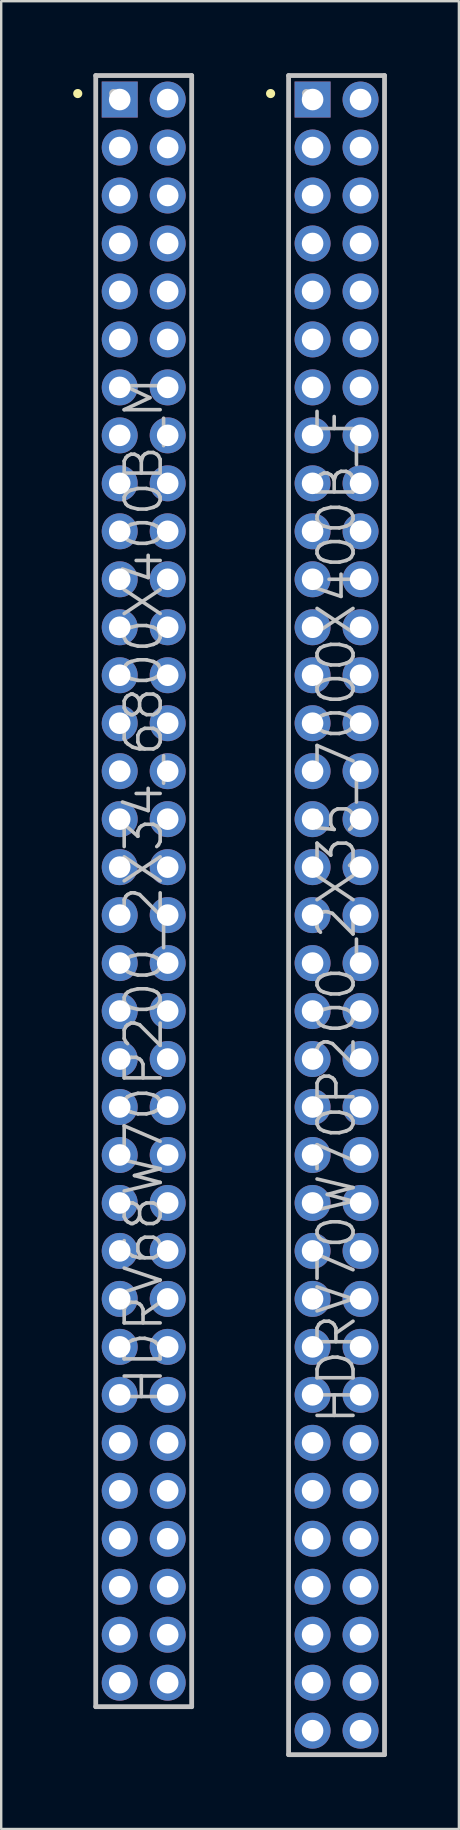
<source format=kicad_pcb>
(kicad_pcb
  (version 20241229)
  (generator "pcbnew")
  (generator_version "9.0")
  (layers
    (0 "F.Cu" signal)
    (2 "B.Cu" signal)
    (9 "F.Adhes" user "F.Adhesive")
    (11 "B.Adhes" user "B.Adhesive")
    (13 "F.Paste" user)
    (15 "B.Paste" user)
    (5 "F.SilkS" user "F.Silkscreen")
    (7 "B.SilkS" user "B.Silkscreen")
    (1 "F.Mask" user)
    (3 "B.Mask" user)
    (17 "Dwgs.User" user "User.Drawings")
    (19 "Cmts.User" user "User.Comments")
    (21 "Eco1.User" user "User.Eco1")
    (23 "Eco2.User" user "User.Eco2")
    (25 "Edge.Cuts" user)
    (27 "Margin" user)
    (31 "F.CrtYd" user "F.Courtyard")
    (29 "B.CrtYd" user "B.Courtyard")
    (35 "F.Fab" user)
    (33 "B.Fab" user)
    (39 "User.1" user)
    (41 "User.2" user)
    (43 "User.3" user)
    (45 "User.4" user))
  (footprint "HDRV68W70P200_2X34_6800X400B_M"
    (layer "F.Cu")
    (at 2.941 34.1)
    (property "Reference" "HDRV68W70P200_2X34_6800X400B_M" (at 0 0 90) (layer "Dwgs.User") (effects (font (size 1.5 1.5) (thickness 0.15))))
    (attr through_hole)
    (fp_line (start -2.75 -33.25) (end -2.75 -33.25) (stroke (width 0.381) (type solid)) (layer "F.SilkS"))
    (fp_line (start -2 -34) (end -2 34) (stroke (width 0.2) (type solid)) (layer "Dwgs.User"))
    (fp_line (start -2 -34) (end 2 -34) (stroke (width 0.2) (type solid)) (layer "Dwgs.User"))
    (fp_line (start -2 34) (end 2 34) (stroke (width 0.2) (type solid)) (layer "Dwgs.User"))
    (fp_line (start -1.25 -33.25) (end -1.25 -33.25) (stroke (width 0.381) (type solid)) (layer "Dwgs.User"))
    (fp_line (start 2 -34) (end 2 34) (stroke (width 0.2) (type solid)) (layer "Dwgs.User"))
    (pad "1" thru_hole rect (at -1 -33) (size 1.5 1.5) (drill 0.9) (layers "*.Cu" "*.Mask"))
    (pad "2" thru_hole circle (at 1 -33 270) (size 1.5 1.5) (drill 0.9) (layers "*.Cu" "*.Mask"))
    (pad "3" thru_hole circle (at -1 -31 270) (size 1.5 1.5) (drill 0.9) (layers "*.Cu" "*.Mask"))
    (pad "4" thru_hole circle (at 1 -31 270) (size 1.5 1.5) (drill 0.9) (layers "*.Cu" "*.Mask"))
    (pad "5" thru_hole circle (at -1 -29 270) (size 1.5 1.5) (drill 0.9) (layers "*.Cu" "*.Mask"))
    (pad "6" thru_hole circle (at 1 -29 270) (size 1.5 1.5) (drill 0.9) (layers "*.Cu" "*.Mask"))
    (pad "7" thru_hole circle (at -1 -27 270) (size 1.5 1.5) (drill 0.9) (layers "*.Cu" "*.Mask"))
    (pad "8" thru_hole circle (at 1 -27 270) (size 1.5 1.5) (drill 0.9) (layers "*.Cu" "*.Mask"))
    (pad "9" thru_hole circle (at -1 -25 270) (size 1.5 1.5) (drill 0.9) (layers "*.Cu" "*.Mask"))
    (pad "10" thru_hole circle (at 1 -25 270) (size 1.5 1.5) (drill 0.9) (layers "*.Cu" "*.Mask"))
    (pad "11" thru_hole circle (at -1 -23 270) (size 1.5 1.5) (drill 0.9) (layers "*.Cu" "*.Mask"))
    (pad "12" thru_hole circle (at 1 -23 270) (size 1.5 1.5) (drill 0.9) (layers "*.Cu" "*.Mask"))
    (pad "13" thru_hole circle (at -1 -21 270) (size 1.5 1.5) (drill 0.9) (layers "*.Cu" "*.Mask"))
    (pad "14" thru_hole circle (at 1 -21 270) (size 1.5 1.5) (drill 0.9) (layers "*.Cu" "*.Mask"))
    (pad "15" thru_hole circle (at -1 -19 270) (size 1.5 1.5) (drill 0.9) (layers "*.Cu" "*.Mask"))
    (pad "16" thru_hole circle (at 1 -19 270) (size 1.5 1.5) (drill 0.9) (layers "*.Cu" "*.Mask"))
    (pad "17" thru_hole circle (at -1 -17 270) (size 1.5 1.5) (drill 0.9) (layers "*.Cu" "*.Mask"))
    (pad "18" thru_hole circle (at 1 -17 270) (size 1.5 1.5) (drill 0.9) (layers "*.Cu" "*.Mask"))
    (pad "19" thru_hole circle (at -1 -15 270) (size 1.5 1.5) (drill 0.9) (layers "*.Cu" "*.Mask"))
    (pad "20" thru_hole circle (at 1 -15 270) (size 1.5 1.5) (drill 0.9) (layers "*.Cu" "*.Mask"))
    (pad "21" thru_hole circle (at -1 -13 270) (size 1.5 1.5) (drill 0.9) (layers "*.Cu" "*.Mask"))
    (pad "22" thru_hole circle (at 1 -13 270) (size 1.5 1.5) (drill 0.9) (layers "*.Cu" "*.Mask"))
    (pad "23" thru_hole circle (at -1 -11 270) (size 1.5 1.5) (drill 0.9) (layers "*.Cu" "*.Mask"))
    (pad "24" thru_hole circle (at 1 -11 270) (size 1.5 1.5) (drill 0.9) (layers "*.Cu" "*.Mask"))
    (pad "25" thru_hole circle (at -1 -9 270) (size 1.5 1.5) (drill 0.9) (layers "*.Cu" "*.Mask"))
    (pad "26" thru_hole circle (at 1 -9 270) (size 1.5 1.5) (drill 0.9) (layers "*.Cu" "*.Mask"))
    (pad "27" thru_hole circle (at -1 -7 270) (size 1.5 1.5) (drill 0.9) (layers "*.Cu" "*.Mask"))
    (pad "28" thru_hole circle (at 1 -7 270) (size 1.5 1.5) (drill 0.9) (layers "*.Cu" "*.Mask"))
    (pad "29" thru_hole circle (at -1 -5 270) (size 1.5 1.5) (drill 0.9) (layers "*.Cu" "*.Mask"))
    (pad "30" thru_hole circle (at 1 -5 270) (size 1.5 1.5) (drill 0.9) (layers "*.Cu" "*.Mask"))
    (pad "31" thru_hole circle (at -1 -3 270) (size 1.5 1.5) (drill 0.9) (layers "*.Cu" "*.Mask"))
    (pad "32" thru_hole circle (at 1 -3 270) (size 1.5 1.5) (drill 0.9) (layers "*.Cu" "*.Mask"))
    (pad "33" thru_hole circle (at -1 -1 270) (size 1.5 1.5) (drill 0.9) (layers "*.Cu" "*.Mask"))
    (pad "34" thru_hole circle (at 1 -1 270) (size 1.5 1.5) (drill 0.9) (layers "*.Cu" "*.Mask"))
    (pad "35" thru_hole circle (at -1 1 270) (size 1.5 1.5) (drill 0.9) (layers "*.Cu" "*.Mask"))
    (pad "36" thru_hole circle (at 1 1 270) (size 1.5 1.5) (drill 0.9) (layers "*.Cu" "*.Mask"))
    (pad "37" thru_hole circle (at -1 3 270) (size 1.5 1.5) (drill 0.9) (layers "*.Cu" "*.Mask"))
    (pad "38" thru_hole circle (at 1 3 270) (size 1.5 1.5) (drill 0.9) (layers "*.Cu" "*.Mask"))
    (pad "39" thru_hole circle (at -1 5 270) (size 1.5 1.5) (drill 0.9) (layers "*.Cu" "*.Mask"))
    (pad "40" thru_hole circle (at 1 5 270) (size 1.5 1.5) (drill 0.9) (layers "*.Cu" "*.Mask"))
    (pad "41" thru_hole circle (at -1 7 270) (size 1.5 1.5) (drill 0.9) (layers "*.Cu" "*.Mask"))
    (pad "42" thru_hole circle (at 1 7 270) (size 1.5 1.5) (drill 0.9) (layers "*.Cu" "*.Mask"))
    (pad "43" thru_hole circle (at -1 9 270) (size 1.5 1.5) (drill 0.9) (layers "*.Cu" "*.Mask"))
    (pad "44" thru_hole circle (at 1 9 270) (size 1.5 1.5) (drill 0.9) (layers "*.Cu" "*.Mask"))
    (pad "45" thru_hole circle (at -1 11 270) (size 1.5 1.5) (drill 0.9) (layers "*.Cu" "*.Mask"))
    (pad "46" thru_hole circle (at 1 11 270) (size 1.5 1.5) (drill 0.9) (layers "*.Cu" "*.Mask"))
    (pad "47" thru_hole circle (at -1 13 270) (size 1.5 1.5) (drill 0.9) (layers "*.Cu" "*.Mask"))
    (pad "48" thru_hole circle (at 1 13 270) (size 1.5 1.5) (drill 0.9) (layers "*.Cu" "*.Mask"))
    (pad "49" thru_hole circle (at -1 15 270) (size 1.5 1.5) (drill 0.9) (layers "*.Cu" "*.Mask"))
    (pad "50" thru_hole circle (at 1 15 270) (size 1.5 1.5) (drill 0.9) (layers "*.Cu" "*.Mask"))
    (pad "51" thru_hole circle (at -1 17 270) (size 1.5 1.5) (drill 0.9) (layers "*.Cu" "*.Mask"))
    (pad "52" thru_hole circle (at 1 17 270) (size 1.5 1.5) (drill 0.9) (layers "*.Cu" "*.Mask"))
    (pad "53" thru_hole circle (at -1 19 270) (size 1.5 1.5) (drill 0.9) (layers "*.Cu" "*.Mask"))
    (pad "54" thru_hole circle (at 1 19 270) (size 1.5 1.5) (drill 0.9) (layers "*.Cu" "*.Mask"))
    (pad "55" thru_hole circle (at -1 21 270) (size 1.5 1.5) (drill 0.9) (layers "*.Cu" "*.Mask"))
    (pad "56" thru_hole circle (at 1 21 270) (size 1.5 1.5) (drill 0.9) (layers "*.Cu" "*.Mask"))
    (pad "57" thru_hole circle (at -1 23 270) (size 1.5 1.5) (drill 0.9) (layers "*.Cu" "*.Mask"))
    (pad "58" thru_hole circle (at 1 23 270) (size 1.5 1.5) (drill 0.9) (layers "*.Cu" "*.Mask"))
    (pad "59" thru_hole circle (at -1 25 270) (size 1.5 1.5) (drill 0.9) (layers "*.Cu" "*.Mask"))
    (pad "60" thru_hole circle (at 1 25 270) (size 1.5 1.5) (drill 0.9) (layers "*.Cu" "*.Mask"))
    (pad "61" thru_hole circle (at -1 27 270) (size 1.5 1.5) (drill 0.9) (layers "*.Cu" "*.Mask"))
    (pad "62" thru_hole circle (at 1 27 270) (size 1.5 1.5) (drill 0.9) (layers "*.Cu" "*.Mask"))
    (pad "63" thru_hole circle (at -1 29 270) (size 1.5 1.5) (drill 0.9) (layers "*.Cu" "*.Mask"))
    (pad "64" thru_hole circle (at 1 29 270) (size 1.5 1.5) (drill 0.9) (layers "*.Cu" "*.Mask"))
    (pad "65" thru_hole circle (at -1 31 270) (size 1.5 1.5) (drill 0.9) (layers "*.Cu" "*.Mask"))
    (pad "66" thru_hole circle (at 1 31 270) (size 1.5 1.5) (drill 0.9) (layers "*.Cu" "*.Mask"))
    (pad "67" thru_hole circle (at -1 33 270) (size 1.5 1.5) (drill 0.9) (layers "*.Cu" "*.Mask"))
    (pad "68" thru_hole circle (at 1 33 270) (size 1.5 1.5) (drill 0.9) (layers "*.Cu" "*.Mask")))
  (footprint "HDRV70W70P200_2X35_7000X400B_F"
    (layer "F.Cu")
    (at 10.981 35.1)
    (property "Reference" "HDRV70W70P200_2X35_7000X400B_F" (at 0 0 90) (layer "Dwgs.User") (effects (font (size 1.5 1.5) (thickness 0.15))))
    (attr through_hole)
    (fp_line (start -2.75 -34.25) (end -2.75 -34.25) (stroke (width 0.381) (type solid)) (layer "F.SilkS"))
    (fp_line (start -2 -35) (end -2 35) (stroke (width 0.2) (type solid)) (layer "Dwgs.User"))
    (fp_line (start -2 -35) (end 2 -35) (stroke (width 0.2) (type solid)) (layer "Dwgs.User"))
    (fp_line (start -2 35) (end 2 35) (stroke (width 0.2) (type solid)) (layer "Dwgs.User"))
    (fp_line (start -1.25 -34.25) (end -1.25 -34.25) (stroke (width 0.381) (type solid)) (layer "Dwgs.User"))
    (fp_line (start 2 -35) (end 2 35) (stroke (width 0.2) (type solid)) (layer "Dwgs.User"))
    (pad "1" thru_hole rect (at -1 -34) (size 1.5 1.5) (drill 0.9) (layers "*.Cu" "*.Mask"))
    (pad "2" thru_hole circle (at 1 -34 270) (size 1.5 1.5) (drill 0.9) (layers "*.Cu" "*.Mask"))
    (pad "3" thru_hole circle (at -1 -32 270) (size 1.5 1.5) (drill 0.9) (layers "*.Cu" "*.Mask"))
    (pad "4" thru_hole circle (at 1 -32 270) (size 1.5 1.5) (drill 0.9) (layers "*.Cu" "*.Mask"))
    (pad "5" thru_hole circle (at -1 -30 270) (size 1.5 1.5) (drill 0.9) (layers "*.Cu" "*.Mask"))
    (pad "6" thru_hole circle (at 1 -30 270) (size 1.5 1.5) (drill 0.9) (layers "*.Cu" "*.Mask"))
    (pad "7" thru_hole circle (at -1 -28 270) (size 1.5 1.5) (drill 0.9) (layers "*.Cu" "*.Mask"))
    (pad "8" thru_hole circle (at 1 -28 270) (size 1.5 1.5) (drill 0.9) (layers "*.Cu" "*.Mask"))
    (pad "9" thru_hole circle (at -1 -26 270) (size 1.5 1.5) (drill 0.9) (layers "*.Cu" "*.Mask"))
    (pad "10" thru_hole circle (at 1 -26 270) (size 1.5 1.5) (drill 0.9) (layers "*.Cu" "*.Mask"))
    (pad "11" thru_hole circle (at -1 -24 270) (size 1.5 1.5) (drill 0.9) (layers "*.Cu" "*.Mask"))
    (pad "12" thru_hole circle (at 1 -24 270) (size 1.5 1.5) (drill 0.9) (layers "*.Cu" "*.Mask"))
    (pad "13" thru_hole circle (at -1 -22 270) (size 1.5 1.5) (drill 0.9) (layers "*.Cu" "*.Mask"))
    (pad "14" thru_hole circle (at 1 -22 270) (size 1.5 1.5) (drill 0.9) (layers "*.Cu" "*.Mask"))
    (pad "15" thru_hole circle (at -1 -20 270) (size 1.5 1.5) (drill 0.9) (layers "*.Cu" "*.Mask"))
    (pad "16" thru_hole circle (at 1 -20 270) (size 1.5 1.5) (drill 0.9) (layers "*.Cu" "*.Mask"))
    (pad "17" thru_hole circle (at -1 -18 270) (size 1.5 1.5) (drill 0.9) (layers "*.Cu" "*.Mask"))
    (pad "18" thru_hole circle (at 1 -18 270) (size 1.5 1.5) (drill 0.9) (layers "*.Cu" "*.Mask"))
    (pad "19" thru_hole circle (at -1 -16 270) (size 1.5 1.5) (drill 0.9) (layers "*.Cu" "*.Mask"))
    (pad "20" thru_hole circle (at 1 -16 270) (size 1.5 1.5) (drill 0.9) (layers "*.Cu" "*.Mask"))
    (pad "21" thru_hole circle (at -1 -14 270) (size 1.5 1.5) (drill 0.9) (layers "*.Cu" "*.Mask"))
    (pad "22" thru_hole circle (at 1 -14 270) (size 1.5 1.5) (drill 0.9) (layers "*.Cu" "*.Mask"))
    (pad "23" thru_hole circle (at -1 -12 270) (size 1.5 1.5) (drill 0.9) (layers "*.Cu" "*.Mask"))
    (pad "24" thru_hole circle (at 1 -12 270) (size 1.5 1.5) (drill 0.9) (layers "*.Cu" "*.Mask"))
    (pad "25" thru_hole circle (at -1 -10 270) (size 1.5 1.5) (drill 0.9) (layers "*.Cu" "*.Mask"))
    (pad "26" thru_hole circle (at 1 -10 270) (size 1.5 1.5) (drill 0.9) (layers "*.Cu" "*.Mask"))
    (pad "27" thru_hole circle (at -1 -8 270) (size 1.5 1.5) (drill 0.9) (layers "*.Cu" "*.Mask"))
    (pad "28" thru_hole circle (at 1 -8 270) (size 1.5 1.5) (drill 0.9) (layers "*.Cu" "*.Mask"))
    (pad "29" thru_hole circle (at -1 -6 270) (size 1.5 1.5) (drill 0.9) (layers "*.Cu" "*.Mask"))
    (pad "30" thru_hole circle (at 1 -6 270) (size 1.5 1.5) (drill 0.9) (layers "*.Cu" "*.Mask"))
    (pad "31" thru_hole circle (at -1 -4 270) (size 1.5 1.5) (drill 0.9) (layers "*.Cu" "*.Mask"))
    (pad "32" thru_hole circle (at 1 -4 270) (size 1.5 1.5) (drill 0.9) (layers "*.Cu" "*.Mask"))
    (pad "33" thru_hole circle (at -1 -2 270) (size 1.5 1.5) (drill 0.9) (layers "*.Cu" "*.Mask"))
    (pad "34" thru_hole circle (at 1 -2 270) (size 1.5 1.5) (drill 0.9) (layers "*.Cu" "*.Mask"))
    (pad "35" thru_hole circle (at -1 0 270) (size 1.5 1.5) (drill 0.9) (layers "*.Cu" "*.Mask"))
    (pad "36" thru_hole circle (at 1 0 270) (size 1.5 1.5) (drill 0.9) (layers "*.Cu" "*.Mask"))
    (pad "37" thru_hole circle (at -1 2 270) (size 1.5 1.5) (drill 0.9) (layers "*.Cu" "*.Mask"))
    (pad "38" thru_hole circle (at 1 2 270) (size 1.5 1.5) (drill 0.9) (layers "*.Cu" "*.Mask"))
    (pad "39" thru_hole circle (at -1 4 270) (size 1.5 1.5) (drill 0.9) (layers "*.Cu" "*.Mask"))
    (pad "40" thru_hole circle (at 1 4 270) (size 1.5 1.5) (drill 0.9) (layers "*.Cu" "*.Mask"))
    (pad "41" thru_hole circle (at -1 6 270) (size 1.5 1.5) (drill 0.9) (layers "*.Cu" "*.Mask"))
    (pad "42" thru_hole circle (at 1 6 270) (size 1.5 1.5) (drill 0.9) (layers "*.Cu" "*.Mask"))
    (pad "43" thru_hole circle (at -1 8 270) (size 1.5 1.5) (drill 0.9) (layers "*.Cu" "*.Mask"))
    (pad "44" thru_hole circle (at 1 8 270) (size 1.5 1.5) (drill 0.9) (layers "*.Cu" "*.Mask"))
    (pad "45" thru_hole circle (at -1 10 270) (size 1.5 1.5) (drill 0.9) (layers "*.Cu" "*.Mask"))
    (pad "46" thru_hole circle (at 1 10 270) (size 1.5 1.5) (drill 0.9) (layers "*.Cu" "*.Mask"))
    (pad "47" thru_hole circle (at -1 12 270) (size 1.5 1.5) (drill 0.9) (layers "*.Cu" "*.Mask"))
    (pad "48" thru_hole circle (at 1 12 270) (size 1.5 1.5) (drill 0.9) (layers "*.Cu" "*.Mask"))
    (pad "49" thru_hole circle (at -1 14 270) (size 1.5 1.5) (drill 0.9) (layers "*.Cu" "*.Mask"))
    (pad "50" thru_hole circle (at 1 14 270) (size 1.5 1.5) (drill 0.9) (layers "*.Cu" "*.Mask"))
    (pad "51" thru_hole circle (at -1 16 270) (size 1.5 1.5) (drill 0.9) (layers "*.Cu" "*.Mask"))
    (pad "52" thru_hole circle (at 1 16 270) (size 1.5 1.5) (drill 0.9) (layers "*.Cu" "*.Mask"))
    (pad "53" thru_hole circle (at -1 18 270) (size 1.5 1.5) (drill 0.9) (layers "*.Cu" "*.Mask"))
    (pad "54" thru_hole circle (at 1 18 270) (size 1.5 1.5) (drill 0.9) (layers "*.Cu" "*.Mask"))
    (pad "55" thru_hole circle (at -1 20 270) (size 1.5 1.5) (drill 0.9) (layers "*.Cu" "*.Mask"))
    (pad "56" thru_hole circle (at 1 20 270) (size 1.5 1.5) (drill 0.9) (layers "*.Cu" "*.Mask"))
    (pad "57" thru_hole circle (at -1 22 270) (size 1.5 1.5) (drill 0.9) (layers "*.Cu" "*.Mask"))
    (pad "58" thru_hole circle (at 1 22 270) (size 1.5 1.5) (drill 0.9) (layers "*.Cu" "*.Mask"))
    (pad "59" thru_hole circle (at -1 24 270) (size 1.5 1.5) (drill 0.9) (layers "*.Cu" "*.Mask"))
    (pad "60" thru_hole circle (at 1 24 270) (size 1.5 1.5) (drill 0.9) (layers "*.Cu" "*.Mask"))
    (pad "61" thru_hole circle (at -1 26 270) (size 1.5 1.5) (drill 0.9) (layers "*.Cu" "*.Mask"))
    (pad "62" thru_hole circle (at 1 26 270) (size 1.5 1.5) (drill 0.9) (layers "*.Cu" "*.Mask"))
    (pad "63" thru_hole circle (at -1 28 270) (size 1.5 1.5) (drill 0.9) (layers "*.Cu" "*.Mask"))
    (pad "64" thru_hole circle (at 1 28 270) (size 1.5 1.5) (drill 0.9) (layers "*.Cu" "*.Mask"))
    (pad "65" thru_hole circle (at -1 30 270) (size 1.5 1.5) (drill 0.9) (layers "*.Cu" "*.Mask"))
    (pad "66" thru_hole circle (at 1 30 270) (size 1.5 1.5) (drill 0.9) (layers "*.Cu" "*.Mask"))
    (pad "67" thru_hole circle (at -1 32 270) (size 1.5 1.5) (drill 0.9) (layers "*.Cu" "*.Mask"))
    (pad "68" thru_hole circle (at 1 32 270) (size 1.5 1.5) (drill 0.9) (layers "*.Cu" "*.Mask"))
    (pad "69" thru_hole circle (at -1 34 270) (size 1.5 1.5) (drill 0.9) (layers "*.Cu" "*.Mask"))
    (pad "70" thru_hole circle (at 1 34 270) (size 1.5 1.5) (drill 0.9) (layers "*.Cu" "*.Mask")))
  (gr_rect
    (start -3 -3)
    (end 16.081 73.2)
    (stroke (width 0.1) (type default))
    (fill no)
    (layer "Edge.Cuts")))
</source>
